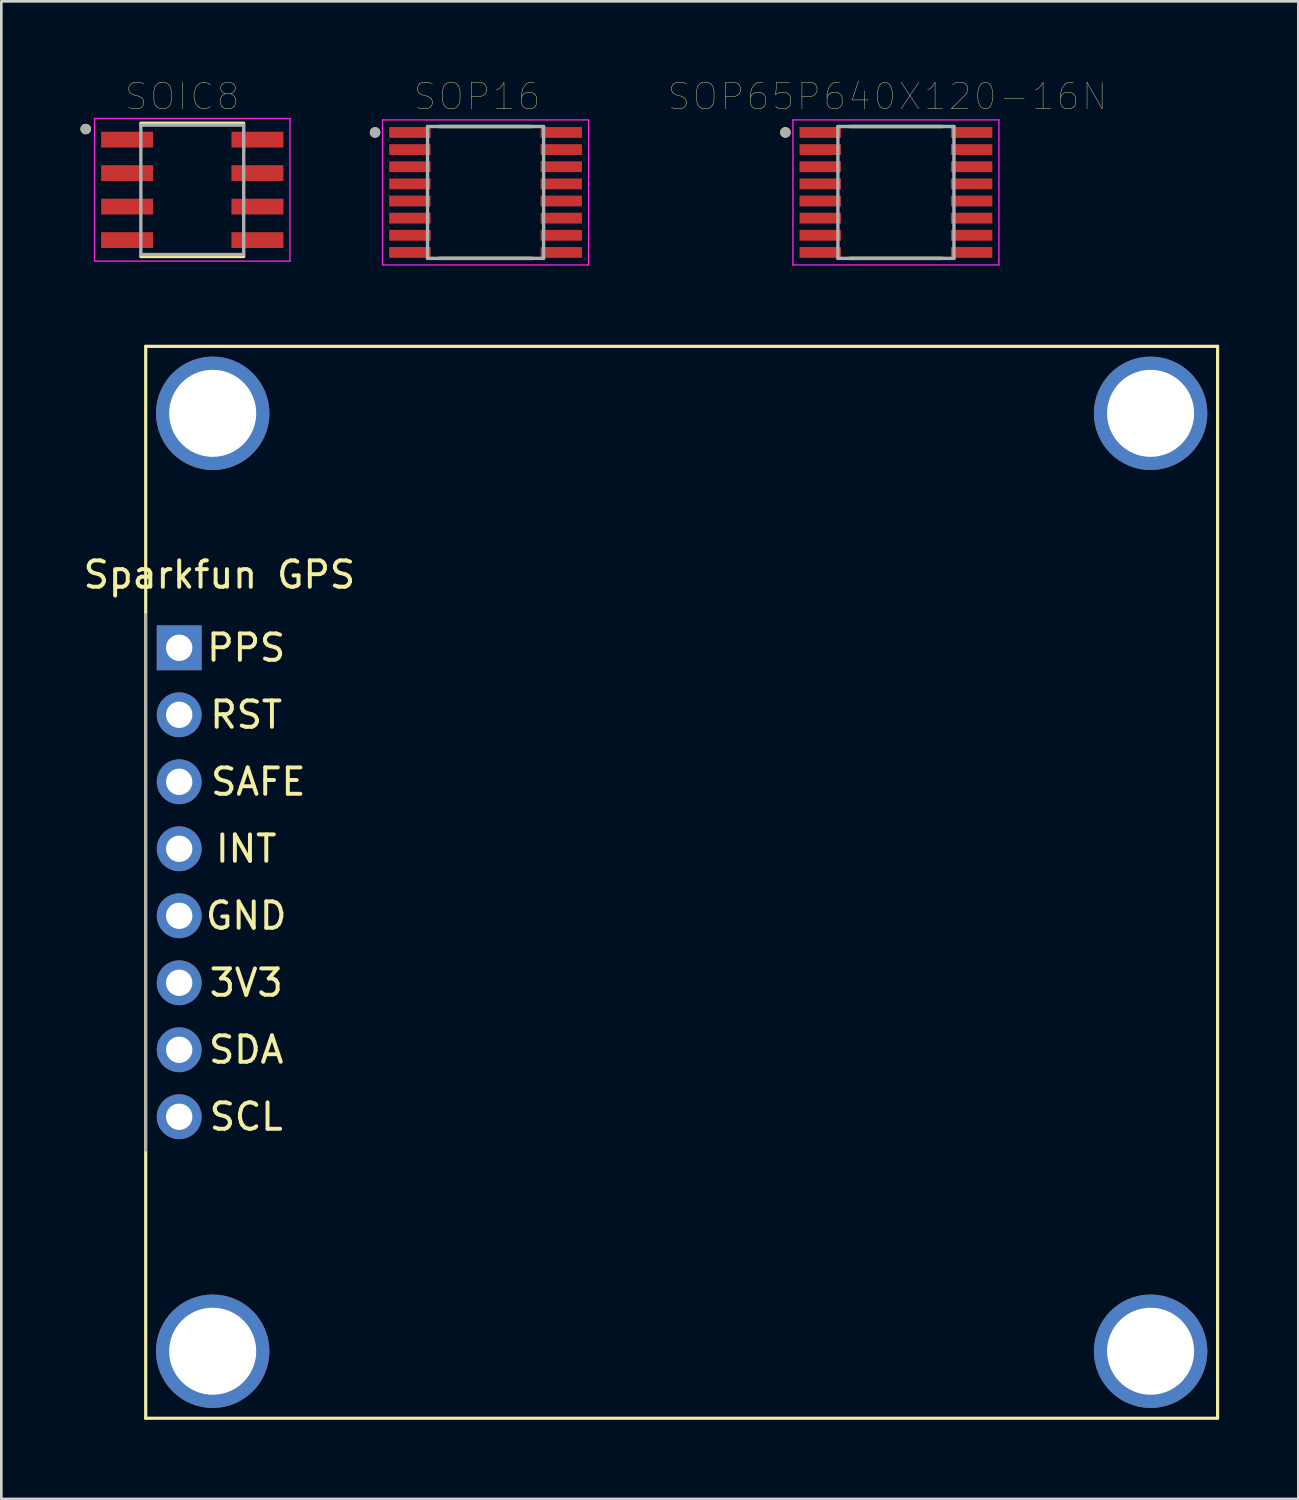
<source format=kicad_pcb>
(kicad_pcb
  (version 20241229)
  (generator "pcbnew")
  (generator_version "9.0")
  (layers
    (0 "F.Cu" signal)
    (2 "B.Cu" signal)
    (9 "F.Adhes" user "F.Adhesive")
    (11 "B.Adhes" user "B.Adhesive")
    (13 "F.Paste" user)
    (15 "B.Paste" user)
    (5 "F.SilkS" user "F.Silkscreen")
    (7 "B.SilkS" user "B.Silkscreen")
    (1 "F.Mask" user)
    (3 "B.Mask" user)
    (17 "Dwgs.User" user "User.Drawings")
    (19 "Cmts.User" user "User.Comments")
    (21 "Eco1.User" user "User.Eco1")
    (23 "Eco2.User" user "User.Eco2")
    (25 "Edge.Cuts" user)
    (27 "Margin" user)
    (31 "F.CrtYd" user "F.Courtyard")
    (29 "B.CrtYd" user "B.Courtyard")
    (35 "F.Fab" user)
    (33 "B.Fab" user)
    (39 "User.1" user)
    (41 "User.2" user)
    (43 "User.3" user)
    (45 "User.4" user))
  (footprint "SOIC8"
    (layer "F.Cu")
    (at 4.24 4.148)
    (property "Reference" "SOIC8" (at -0.385 -3.537 0) (layer "F.SilkS") (effects (font (size 1 1) (thickness 0.015))))
    (attr through_hole)
    (fp_line (start -1.95 -2.525) (end 1.95 -2.525) (stroke (width 0.127) (type solid)) (layer "F.SilkS"))
    (fp_line (start -1.95 2.525) (end 1.95 2.525) (stroke (width 0.127) (type solid)) (layer "F.SilkS"))
    (fp_circle (center -4.04 -2.305) (end -3.94 -2.305) (stroke (width 0.2) (type solid)) (fill no) (layer "F.SilkS"))
    (fp_line (start -3.705 -2.703) (end -3.705 2.703) (stroke (width 0.05) (type solid)) (layer "F.CrtYd"))
    (fp_line (start -3.705 -2.703) (end 3.705 -2.703) (stroke (width 0.05) (type solid)) (layer "F.CrtYd"))
    (fp_line (start -3.705 2.703) (end 3.705 2.703) (stroke (width 0.05) (type solid)) (layer "F.CrtYd"))
    (fp_line (start 3.705 -2.703) (end 3.705 2.703) (stroke (width 0.05) (type solid)) (layer "F.CrtYd"))
    (fp_line (start -1.95 -2.453) (end -1.95 2.453) (stroke (width 0.127) (type solid)) (layer "F.Fab"))
    (fp_line (start -1.95 -2.453) (end 1.95 -2.453) (stroke (width 0.127) (type solid)) (layer "F.Fab"))
    (fp_line (start -1.95 2.453) (end 1.95 2.453) (stroke (width 0.127) (type solid)) (layer "F.Fab"))
    (fp_line (start 1.95 -2.453) (end 1.95 2.453) (stroke (width 0.127) (type solid)) (layer "F.Fab"))
    (fp_circle (center -4.04 -2.305) (end -3.94 -2.305) (stroke (width 0.2) (type solid)) (fill no) (layer "F.Fab"))
    (pad "1" smd rect (at -2.47 -1.905) (size 1.97 0.6) (layers "F.Cu" "F.Mask" "F.Paste"))
    (pad "2" smd rect (at -2.47 -0.635) (size 1.97 0.6) (layers "F.Cu" "F.Mask" "F.Paste"))
    (pad "3" smd rect (at -2.47 0.635) (size 1.97 0.6) (layers "F.Cu" "F.Mask" "F.Paste"))
    (pad "4" smd rect (at -2.47 1.905) (size 1.97 0.6) (layers "F.Cu" "F.Mask" "F.Paste"))
    (pad "5" smd rect (at 2.47 1.905) (size 1.97 0.6) (layers "F.Cu" "F.Mask" "F.Paste"))
    (pad "6" smd rect (at 2.47 0.635) (size 1.97 0.6) (layers "F.Cu" "F.Mask" "F.Paste"))
    (pad "7" smd rect (at 2.47 -0.635) (size 1.97 0.6) (layers "F.Cu" "F.Mask" "F.Paste"))
    (pad "8" smd rect (at 2.47 -1.905) (size 1.97 0.6) (layers "F.Cu" "F.Mask" "F.Paste")))
  (footprint "SOP65P640X120-16N"
    (layer "F.Cu")
    (at 30.918 4.246)
    (property "Reference" "SOP65P640X120-16N" (at -0.325 -3.635 0) (layer "F.SilkS") (effects (font (size 1 1) (thickness 0.015))))
    (attr through_hole)
    (fp_line (start -1.765 -2.5) (end 1.765 -2.5) (stroke (width 0.127) (type solid)) (layer "F.SilkS"))
    (fp_line (start 1.765 2.5) (end -1.765 2.5) (stroke (width 0.127) (type solid)) (layer "F.SilkS"))
    (fp_circle (center -4.19 -2.275) (end -4.09 -2.275) (stroke (width 0.2) (type solid)) (fill no) (layer "F.SilkS"))
    (fp_line (start -3.905 -2.75) (end -3.905 2.75) (stroke (width 0.05) (type solid)) (layer "F.CrtYd"))
    (fp_line (start -3.905 -2.75) (end 3.905 -2.75) (stroke (width 0.05) (type solid)) (layer "F.CrtYd"))
    (fp_line (start -3.905 2.75) (end 3.905 2.75) (stroke (width 0.05) (type solid)) (layer "F.CrtYd"))
    (fp_line (start 3.905 -2.75) (end 3.905 2.75) (stroke (width 0.05) (type solid)) (layer "F.CrtYd"))
    (fp_line (start -2.2 -2.5) (end -2.2 2.5) (stroke (width 0.127) (type solid)) (layer "F.Fab"))
    (fp_line (start -2.2 -2.5) (end 2.2 -2.5) (stroke (width 0.127) (type solid)) (layer "F.Fab"))
    (fp_line (start -2.2 2.5) (end 2.2 2.5) (stroke (width 0.127) (type solid)) (layer "F.Fab"))
    (fp_line (start 2.2 -2.5) (end 2.2 2.5) (stroke (width 0.127) (type solid)) (layer "F.Fab"))
    (fp_circle (center -4.19 -2.275) (end -4.09 -2.275) (stroke (width 0.2) (type solid)) (fill no) (layer "F.Fab"))
    (pad "1" smd rect (at -2.87 -2.275) (size 1.57 0.41) (layers "F.Cu" "F.Mask" "F.Paste"))
    (pad "2" smd rect (at -2.87 -1.625) (size 1.57 0.41) (layers "F.Cu" "F.Mask" "F.Paste"))
    (pad "3" smd rect (at -2.87 -0.975) (size 1.57 0.41) (layers "F.Cu" "F.Mask" "F.Paste"))
    (pad "4" smd rect (at -2.87 -0.325) (size 1.57 0.41) (layers "F.Cu" "F.Mask" "F.Paste"))
    (pad "5" smd rect (at -2.87 0.325) (size 1.57 0.41) (layers "F.Cu" "F.Mask" "F.Paste"))
    (pad "6" smd rect (at -2.87 0.975) (size 1.57 0.41) (layers "F.Cu" "F.Mask" "F.Paste"))
    (pad "7" smd rect (at -2.87 1.625) (size 1.57 0.41) (layers "F.Cu" "F.Mask" "F.Paste"))
    (pad "8" smd rect (at -2.87 2.275) (size 1.57 0.41) (layers "F.Cu" "F.Mask" "F.Paste"))
    (pad "9" smd rect (at 2.87 2.275) (size 1.57 0.41) (layers "F.Cu" "F.Mask" "F.Paste"))
    (pad "10" smd rect (at 2.87 1.625) (size 1.57 0.41) (layers "F.Cu" "F.Mask" "F.Paste"))
    (pad "11" smd rect (at 2.87 0.975) (size 1.57 0.41) (layers "F.Cu" "F.Mask" "F.Paste"))
    (pad "12" smd rect (at 2.87 0.325) (size 1.57 0.41) (layers "F.Cu" "F.Mask" "F.Paste"))
    (pad "13" smd rect (at 2.87 -0.325) (size 1.57 0.41) (layers "F.Cu" "F.Mask" "F.Paste"))
    (pad "14" smd rect (at 2.87 -0.975) (size 1.57 0.41) (layers "F.Cu" "F.Mask" "F.Paste"))
    (pad "15" smd rect (at 2.87 -1.625) (size 1.57 0.41) (layers "F.Cu" "F.Mask" "F.Paste"))
    (pad "16" smd rect (at 2.87 -2.275) (size 1.57 0.41) (layers "F.Cu" "F.Mask" "F.Paste")))
  (footprint "SOP16"
    (layer "F.Cu")
    (at 15.36 4.246)
    (property "Reference" "SOP16" (at -0.325 -3.635 0) (layer "F.SilkS") (effects (font (size 1 1) (thickness 0.015))))
    (attr through_hole)
    (fp_line (start -1.765 -2.5) (end 1.765 -2.5) (stroke (width 0.127) (type solid)) (layer "F.SilkS"))
    (fp_line (start 1.765 2.5) (end -1.765 2.5) (stroke (width 0.127) (type solid)) (layer "F.SilkS"))
    (fp_circle (center -4.19 -2.275) (end -4.09 -2.275) (stroke (width 0.2) (type solid)) (fill no) (layer "F.SilkS"))
    (fp_line (start -3.905 -2.75) (end -3.905 2.75) (stroke (width 0.05) (type solid)) (layer "F.CrtYd"))
    (fp_line (start -3.905 -2.75) (end 3.905 -2.75) (stroke (width 0.05) (type solid)) (layer "F.CrtYd"))
    (fp_line (start -3.905 2.75) (end 3.905 2.75) (stroke (width 0.05) (type solid)) (layer "F.CrtYd"))
    (fp_line (start 3.905 -2.75) (end 3.905 2.75) (stroke (width 0.05) (type solid)) (layer "F.CrtYd"))
    (fp_line (start -2.2 -2.5) (end -2.2 2.5) (stroke (width 0.127) (type solid)) (layer "F.Fab"))
    (fp_line (start -2.2 -2.5) (end 2.2 -2.5) (stroke (width 0.127) (type solid)) (layer "F.Fab"))
    (fp_line (start -2.2 2.5) (end 2.2 2.5) (stroke (width 0.127) (type solid)) (layer "F.Fab"))
    (fp_line (start 2.2 -2.5) (end 2.2 2.5) (stroke (width 0.127) (type solid)) (layer "F.Fab"))
    (fp_circle (center -4.19 -2.275) (end -4.09 -2.275) (stroke (width 0.2) (type solid)) (fill no) (layer "F.Fab"))
    (pad "1" smd rect (at -2.87 -2.275) (size 1.57 0.41) (layers "F.Cu" "F.Mask" "F.Paste"))
    (pad "2" smd rect (at -2.87 -1.625) (size 1.57 0.41) (layers "F.Cu" "F.Mask" "F.Paste"))
    (pad "3" smd rect (at -2.87 -0.975) (size 1.57 0.41) (layers "F.Cu" "F.Mask" "F.Paste"))
    (pad "4" smd rect (at -2.87 -0.325) (size 1.57 0.41) (layers "F.Cu" "F.Mask" "F.Paste"))
    (pad "5" smd rect (at -2.87 0.325) (size 1.57 0.41) (layers "F.Cu" "F.Mask" "F.Paste"))
    (pad "6" smd rect (at -2.87 0.975) (size 1.57 0.41) (layers "F.Cu" "F.Mask" "F.Paste"))
    (pad "7" smd rect (at -2.87 1.625) (size 1.57 0.41) (layers "F.Cu" "F.Mask" "F.Paste"))
    (pad "8" smd rect (at -2.87 2.275) (size 1.57 0.41) (layers "F.Cu" "F.Mask" "F.Paste"))
    (pad "9" smd rect (at 2.87 2.275) (size 1.57 0.41) (layers "F.Cu" "F.Mask" "F.Paste"))
    (pad "10" smd rect (at 2.87 1.625) (size 1.57 0.41) (layers "F.Cu" "F.Mask" "F.Paste"))
    (pad "11" smd rect (at 2.87 0.975) (size 1.57 0.41) (layers "F.Cu" "F.Mask" "F.Paste"))
    (pad "12" smd rect (at 2.87 0.325) (size 1.57 0.41) (layers "F.Cu" "F.Mask" "F.Paste"))
    (pad "13" smd rect (at 2.87 -0.325) (size 1.57 0.41) (layers "F.Cu" "F.Mask" "F.Paste"))
    (pad "14" smd rect (at 2.87 -0.975) (size 1.57 0.41) (layers "F.Cu" "F.Mask" "F.Paste"))
    (pad "15" smd rect (at 2.87 -1.625) (size 1.57 0.41) (layers "F.Cu" "F.Mask" "F.Paste"))
    (pad "16" smd rect (at 2.87 -2.275) (size 1.57 0.41) (layers "F.Cu" "F.Mask" "F.Paste")))
  (footprint "Sparkfun GPS"
    (layer "F.Cu")
    (at 3.744 21.511)
    (property "Reference" "Sparkfun GPS" (at 1.524 -2.77 0) (layer "F.SilkS") (effects (font (size 1 1) (thickness 0.15))))
    (attr through_hole)
    (fp_line (start -1.27 -11.43) (end -1.27 29.21) (stroke (width 0.12) (type solid)) (layer "F.SilkS"))
    (fp_line (start -1.27 29.21) (end 39.37 29.21) (stroke (width 0.12) (type solid)) (layer "F.SilkS"))
    (fp_line (start 39.37 -11.43) (end -1.27 -11.43) (stroke (width 0.12) (type solid)) (layer "F.SilkS"))
    (fp_line (start 39.37 29.21) (end 39.37 -11.43) (stroke (width 0.12) (type solid)) (layer "F.SilkS"))
    (fp_line (start -1.27 19.05) (end -1.27 -1.27) (stroke (width 0.1) (type solid)) (layer "F.Fab"))
    (fp_text user "PPS" (at 2.54 0 0) (layer "F.SilkS") (effects (font (size 1 1) (thickness 0.15))))
    (fp_text user "SDA" (at 2.54 15.24 0) (layer "F.SilkS") (effects (font (size 1 1) (thickness 0.15))))
    (fp_text user "SAFE" (at 3 5.08 0) (layer "F.SilkS") (effects (font (size 1 1) (thickness 0.15))))
    (fp_text user "SCL" (at 2.54 17.78 0) (layer "F.SilkS") (effects (font (size 1 1) (thickness 0.15))))
    (fp_text user "3V3" (at 2.54 12.7 0) (layer "F.SilkS") (effects (font (size 1 1) (thickness 0.15))))
    (fp_text user "RST" (at 2.54 2.54 0) (layer "F.SilkS") (effects (font (size 1 1) (thickness 0.15))))
    (fp_text user "INT" (at 2.54 7.62 0) (layer "F.SilkS") (effects (font (size 1 1) (thickness 0.15))))
    (fp_text user "GND" (at 2.54 10.16 0) (layer "F.SilkS") (effects (font (size 1 1) (thickness 0.15))))
    (pad "1" thru_hole rect (at 0 0) (size 1.7 1.7) (drill 1) (layers "*.Cu" "*.Mask"))
    (pad "2" thru_hole oval (at 0 2.54) (size 1.7 1.7) (drill 1) (layers "*.Cu" "*.Mask"))
    (pad "3" thru_hole oval (at 0 5.08) (size 1.7 1.7) (drill 1) (layers "*.Cu" "*.Mask"))
    (pad "4" thru_hole oval (at 0 7.62) (size 1.7 1.7) (drill 1) (layers "*.Cu" "*.Mask"))
    (pad "5" thru_hole oval (at 0 10.16) (size 1.7 1.7) (drill 1) (layers "*.Cu" "*.Mask"))
    (pad "6" thru_hole oval (at 0 12.7) (size 1.7 1.7) (drill 1) (layers "*.Cu" "*.Mask"))
    (pad "7" thru_hole oval (at 0 15.24) (size 1.7 1.7) (drill 1) (layers "*.Cu" "*.Mask"))
    (pad "8" thru_hole oval (at 0 17.78) (size 1.7 1.7) (drill 1) (layers "*.Cu" "*.Mask"))
    (pad "9" thru_hole oval (at 1.27 -8.89) (size 4.3 4.3) (drill 3.3) (layers "*.Cu" "*.Mask"))
    (pad "10" thru_hole circle (at 36.83 -8.89) (size 4.3 4.3) (drill 3.3) (layers "*.Cu" "*.Mask"))
    (pad "11" thru_hole oval (at 1.27 26.67) (size 4.3 4.3) (drill 3.3) (layers "*.Cu" "*.Mask"))
    (pad "12" thru_hole oval (at 36.83 26.67) (size 4.3 4.3) (drill 3.3) (layers "*.Cu" "*.Mask")))
  (gr_rect
    (start -3 -3)
    (end 46.174 53.781)
    (stroke (width 0.1) (type default))
    (fill no)
    (layer "Edge.Cuts")))
</source>
